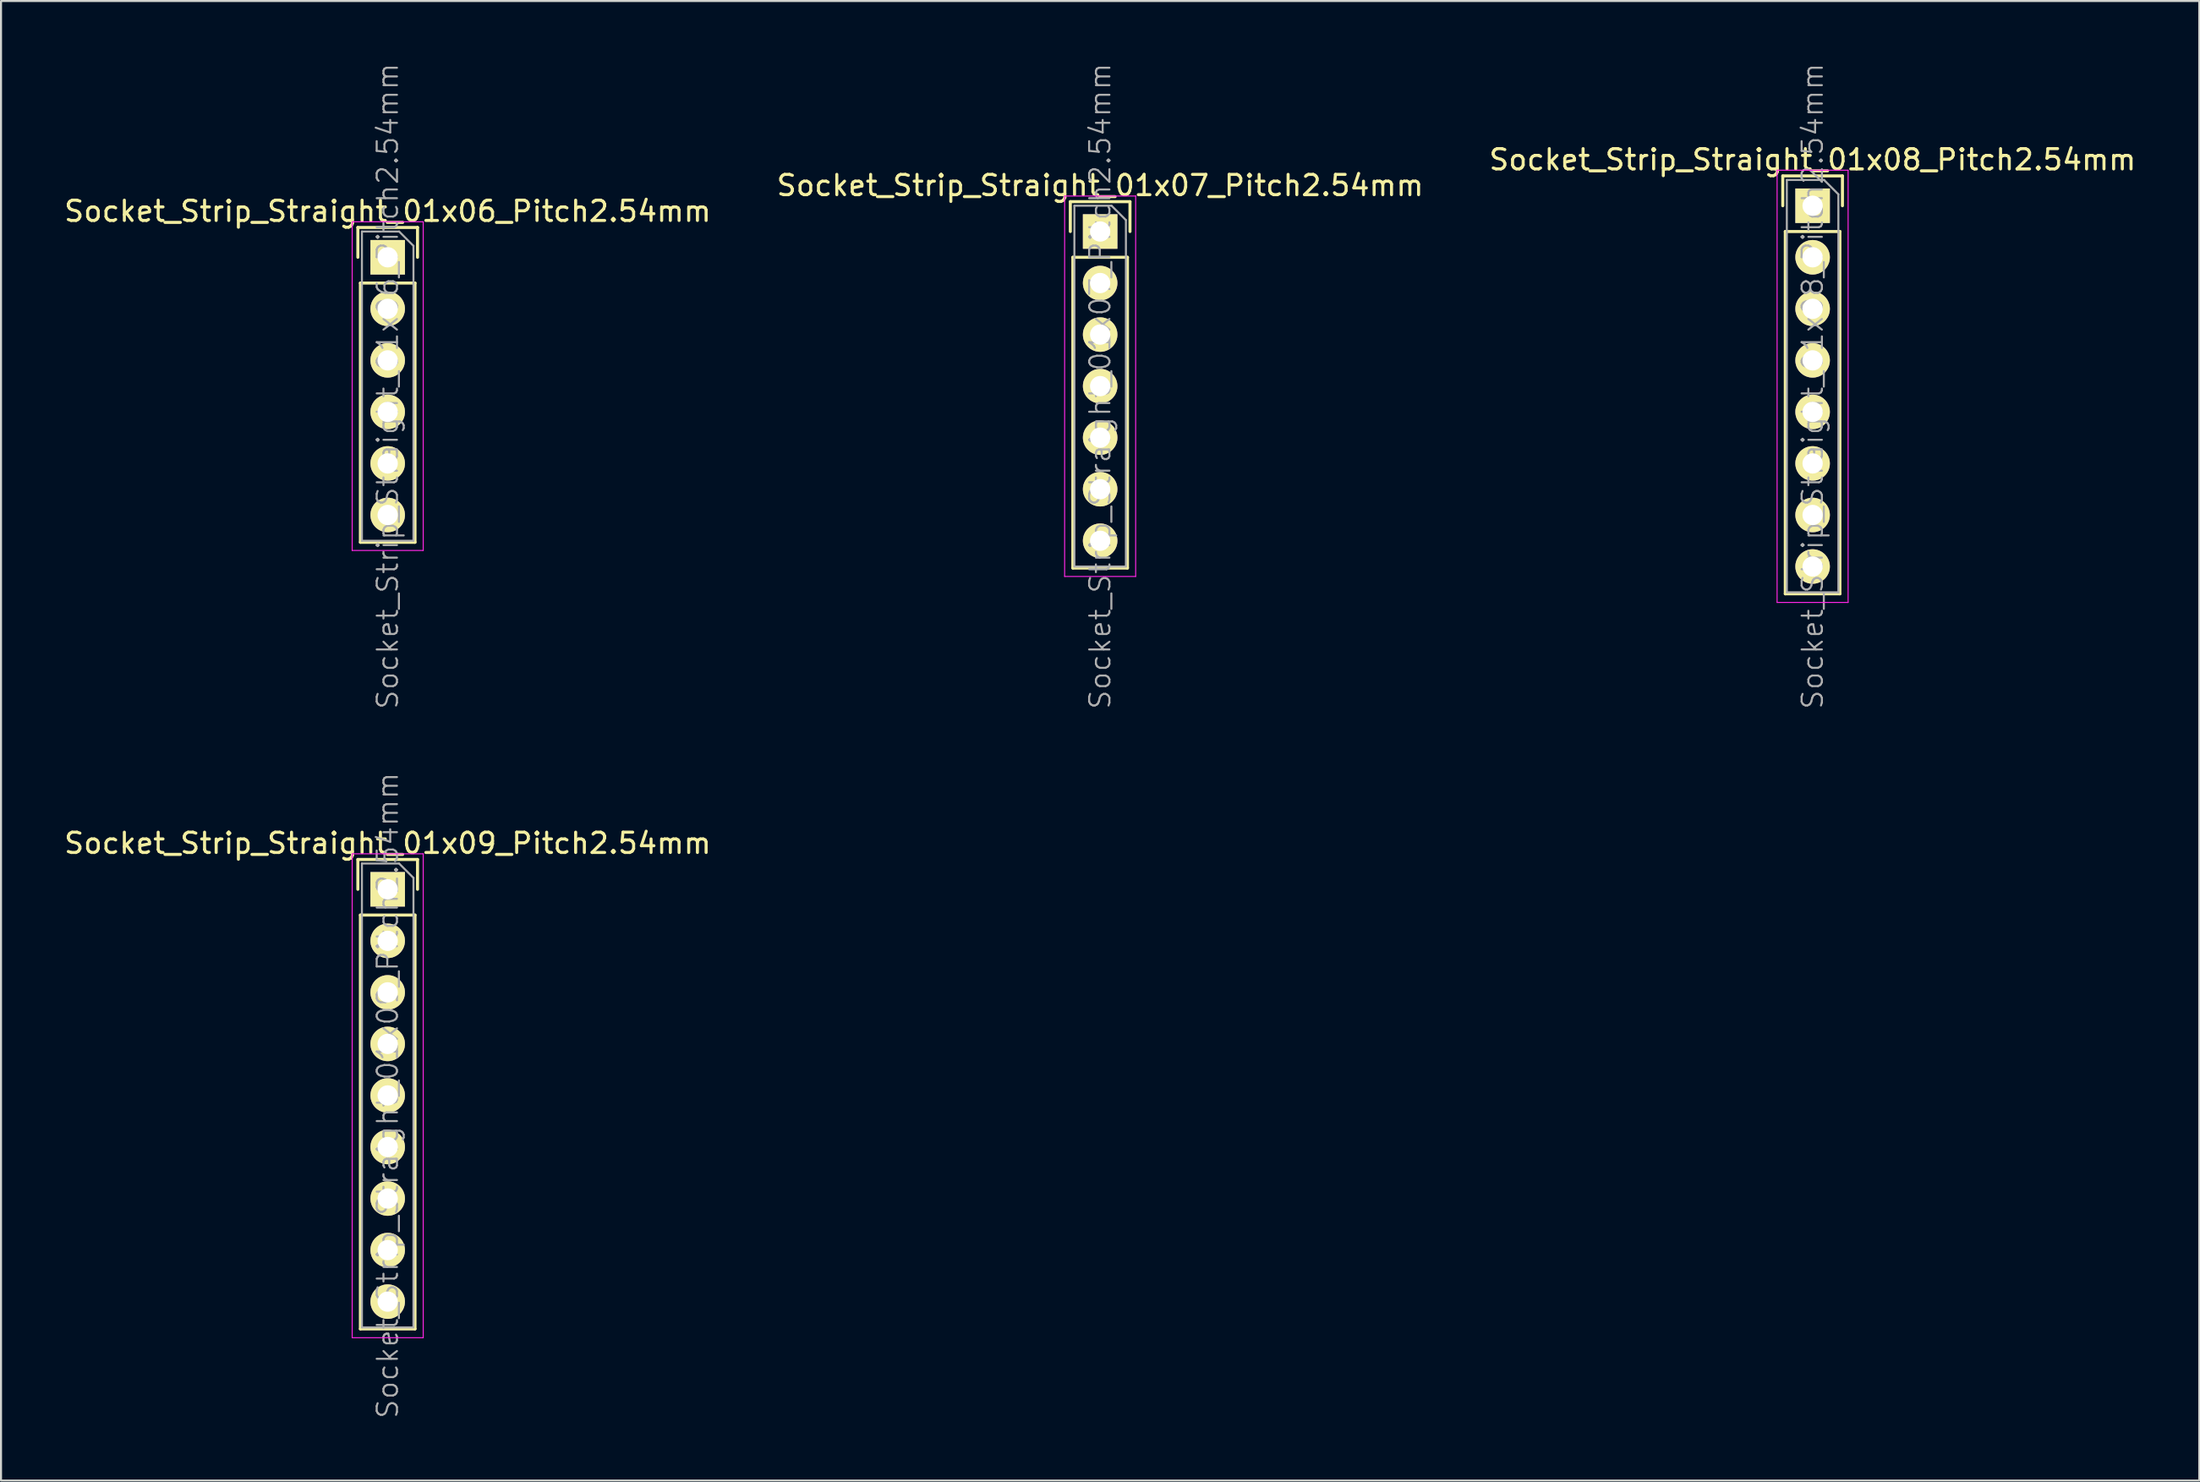
<source format=kicad_pcb>
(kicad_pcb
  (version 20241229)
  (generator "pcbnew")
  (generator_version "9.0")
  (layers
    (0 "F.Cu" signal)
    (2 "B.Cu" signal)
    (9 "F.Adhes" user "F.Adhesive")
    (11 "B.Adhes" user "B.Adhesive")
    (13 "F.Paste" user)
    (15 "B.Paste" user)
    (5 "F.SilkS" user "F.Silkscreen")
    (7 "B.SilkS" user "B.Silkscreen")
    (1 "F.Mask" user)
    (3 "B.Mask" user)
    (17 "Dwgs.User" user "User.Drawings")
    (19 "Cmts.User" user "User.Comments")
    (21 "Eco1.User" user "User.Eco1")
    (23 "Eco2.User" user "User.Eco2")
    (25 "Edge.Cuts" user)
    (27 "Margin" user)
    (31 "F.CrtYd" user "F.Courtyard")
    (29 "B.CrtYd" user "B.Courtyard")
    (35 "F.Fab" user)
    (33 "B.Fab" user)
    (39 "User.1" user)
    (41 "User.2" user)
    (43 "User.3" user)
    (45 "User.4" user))
  (footprint "Socket_Strip_Straight_01x07_Pitch2.54mm"
    (layer "F.Cu")
    (at 51.161 8.359)
    (property "Reference" "Socket_Strip_Straight_01x07_Pitch2.54mm" (at 0 -2.27 0) (layer "F.SilkS") (effects (font (size 1 1) (thickness 0.15))))
    (attr smd)
    (fp_line (start -1.47 -1.47) (end -1.47 0) (stroke (width 0.15) (type solid)) (layer "F.SilkS"))
    (fp_line (start -1.47 -1.47) (end 1.47 -1.47) (stroke (width 0.15) (type solid)) (layer "F.SilkS"))
    (fp_line (start -1.345 1.27) (end -1.345 16.585) (stroke (width 0.15) (type solid)) (layer "F.SilkS"))
    (fp_line (start -1.345 1.27) (end 1.345 1.27) (stroke (width 0.15) (type solid)) (layer "F.SilkS"))
    (fp_line (start -1.345 16.585) (end 1.345 16.585) (stroke (width 0.15) (type solid)) (layer "F.SilkS"))
    (fp_line (start 1.345 1.27) (end 1.345 16.585) (stroke (width 0.15) (type solid)) (layer "F.SilkS"))
    (fp_line (start 1.47 -1.47) (end 1.47 0) (stroke (width 0.15) (type solid)) (layer "F.SilkS"))
    (fp_line (start -1.75 -1.75) (end -1.75 17) (stroke (width 0.05) (type solid)) (layer "F.CrtYd"))
    (fp_line (start 1.75 -1.75) (end -1.75 -1.75) (stroke (width 0.05) (type solid)) (layer "F.CrtYd"))
    (fp_line (start 1.75 -1.75) (end 1.75 17) (stroke (width 0.05) (type solid)) (layer "F.CrtYd"))
    (fp_line (start 1.75 17) (end -1.75 17) (stroke (width 0.05) (type solid)) (layer "F.CrtYd"))
    (fp_line (start -1.27 -1.27) (end 0.563 -1.27) (stroke (width 0.1) (type solid)) (layer "F.Fab"))
    (fp_line (start -1.27 16.51) (end -1.27 -1.27) (stroke (width 0.1) (type solid)) (layer "F.Fab"))
    (fp_line (start -1.27 16.51) (end 1.27 16.51) (stroke (width 0.1) (type solid)) (layer "F.Fab"))
    (fp_line (start 1.27 -0.563) (end 0.563 -1.27) (stroke (width 0.1) (type solid)) (layer "F.Fab"))
    (fp_line (start 1.27 16.51) (end 1.27 -0.563) (stroke (width 0.1) (type solid)) (layer "F.Fab"))
    (fp_text user "${REFERENCE}" (at 0 7.62 90) (layer "F.Fab") (effects (font (size 1 1) (thickness 0.1))))
    (pad "1" thru_hole rect (at 0 0) (size 1.7 1.7) (drill 1) (layers "*.Cu" "*.Mask" "F.SilkS"))
    (pad "2" thru_hole oval (at 0 2.54) (size 1.7 1.7) (drill 1) (layers "*.Cu" "*.Mask" "F.SilkS"))
    (pad "3" thru_hole oval (at 0 5.08) (size 1.7 1.7) (drill 1) (layers "*.Cu" "*.Mask" "F.SilkS"))
    (pad "4" thru_hole oval (at 0 7.62) (size 1.7 1.7) (drill 1) (layers "*.Cu" "*.Mask" "F.SilkS"))
    (pad "5" thru_hole oval (at 0 10.16) (size 1.7 1.7) (drill 1) (layers "*.Cu" "*.Mask" "F.SilkS"))
    (pad "6" thru_hole oval (at 0 12.7) (size 1.7 1.7) (drill 1) (layers "*.Cu" "*.Mask" "F.SilkS"))
    (pad "7" thru_hole oval (at 0 15.24) (size 1.7 1.7) (drill 1) (layers "*.Cu" "*.Mask" "F.SilkS")))
  (footprint "Socket_Strip_Straight_01x06_Pitch2.54mm"
    (layer "F.Cu")
    (at 16.054 9.629)
    (property "Reference" "Socket_Strip_Straight_01x06_Pitch2.54mm" (at 0 -2.27 0) (layer "F.SilkS") (effects (font (size 1 1) (thickness 0.15))))
    (attr smd)
    (fp_line (start -1.47 -1.47) (end -1.47 0) (stroke (width 0.15) (type solid)) (layer "F.SilkS"))
    (fp_line (start -1.47 -1.47) (end 1.47 -1.47) (stroke (width 0.15) (type solid)) (layer "F.SilkS"))
    (fp_line (start -1.345 1.27) (end -1.345 14.045) (stroke (width 0.15) (type solid)) (layer "F.SilkS"))
    (fp_line (start -1.345 1.27) (end 1.345 1.27) (stroke (width 0.15) (type solid)) (layer "F.SilkS"))
    (fp_line (start -1.345 14.045) (end 1.345 14.045) (stroke (width 0.15) (type solid)) (layer "F.SilkS"))
    (fp_line (start 1.345 1.27) (end 1.345 14.045) (stroke (width 0.15) (type solid)) (layer "F.SilkS"))
    (fp_line (start 1.47 -1.47) (end 1.47 0) (stroke (width 0.15) (type solid)) (layer "F.SilkS"))
    (fp_line (start -1.75 -1.75) (end -1.75 14.45) (stroke (width 0.05) (type solid)) (layer "F.CrtYd"))
    (fp_line (start 1.75 -1.75) (end -1.75 -1.75) (stroke (width 0.05) (type solid)) (layer "F.CrtYd"))
    (fp_line (start 1.75 -1.75) (end 1.75 14.45) (stroke (width 0.05) (type solid)) (layer "F.CrtYd"))
    (fp_line (start 1.75 14.45) (end -1.75 14.45) (stroke (width 0.05) (type solid)) (layer "F.CrtYd"))
    (fp_line (start -1.27 -1.27) (end 0.563 -1.27) (stroke (width 0.1) (type solid)) (layer "F.Fab"))
    (fp_line (start -1.27 13.97) (end -1.27 -1.27) (stroke (width 0.1) (type solid)) (layer "F.Fab"))
    (fp_line (start -1.27 13.97) (end 1.27 13.97) (stroke (width 0.1) (type solid)) (layer "F.Fab"))
    (fp_line (start 1.27 -0.563) (end 0.563 -1.27) (stroke (width 0.1) (type solid)) (layer "F.Fab"))
    (fp_line (start 1.27 13.97) (end 1.27 -0.563) (stroke (width 0.1) (type solid)) (layer "F.Fab"))
    (fp_text user "${REFERENCE}" (at 0 6.35 90) (layer "F.Fab") (effects (font (size 1 1) (thickness 0.1))))
    (pad "1" thru_hole rect (at 0 0) (size 1.7 1.7) (drill 1) (layers "*.Cu" "*.Mask" "F.SilkS"))
    (pad "2" thru_hole oval (at 0 2.54) (size 1.7 1.7) (drill 1) (layers "*.Cu" "*.Mask" "F.SilkS"))
    (pad "3" thru_hole oval (at 0 5.08) (size 1.7 1.7) (drill 1) (layers "*.Cu" "*.Mask" "F.SilkS"))
    (pad "4" thru_hole oval (at 0 7.62) (size 1.7 1.7) (drill 1) (layers "*.Cu" "*.Mask" "F.SilkS"))
    (pad "5" thru_hole oval (at 0 10.16) (size 1.7 1.7) (drill 1) (layers "*.Cu" "*.Mask" "F.SilkS"))
    (pad "6" thru_hole oval (at 0 12.7) (size 1.7 1.7) (drill 1) (layers "*.Cu" "*.Mask" "F.SilkS")))
  (footprint "Socket_Strip_Straight_01x08_Pitch2.54mm"
    (layer "F.Cu")
    (at 86.268 7.089)
    (property "Reference" "Socket_Strip_Straight_01x08_Pitch2.54mm" (at 0 -2.27 0) (layer "F.SilkS") (effects (font (size 1 1) (thickness 0.15))))
    (attr smd)
    (fp_line (start -1.47 -1.47) (end -1.47 0) (stroke (width 0.15) (type solid)) (layer "F.SilkS"))
    (fp_line (start -1.47 -1.47) (end 1.47 -1.47) (stroke (width 0.15) (type solid)) (layer "F.SilkS"))
    (fp_line (start -1.345 1.27) (end -1.345 19.125) (stroke (width 0.15) (type solid)) (layer "F.SilkS"))
    (fp_line (start -1.345 1.27) (end 1.345 1.27) (stroke (width 0.15) (type solid)) (layer "F.SilkS"))
    (fp_line (start -1.345 19.125) (end 1.345 19.125) (stroke (width 0.15) (type solid)) (layer "F.SilkS"))
    (fp_line (start 1.345 1.27) (end 1.345 19.125) (stroke (width 0.15) (type solid)) (layer "F.SilkS"))
    (fp_line (start 1.47 -1.47) (end 1.47 0) (stroke (width 0.15) (type solid)) (layer "F.SilkS"))
    (fp_line (start -1.75 -1.75) (end -1.75 19.55) (stroke (width 0.05) (type solid)) (layer "F.CrtYd"))
    (fp_line (start 1.75 -1.75) (end -1.75 -1.75) (stroke (width 0.05) (type solid)) (layer "F.CrtYd"))
    (fp_line (start 1.75 -1.75) (end 1.75 19.55) (stroke (width 0.05) (type solid)) (layer "F.CrtYd"))
    (fp_line (start 1.75 19.55) (end -1.75 19.55) (stroke (width 0.05) (type solid)) (layer "F.CrtYd"))
    (fp_line (start -1.27 -1.27) (end 0.563 -1.27) (stroke (width 0.1) (type solid)) (layer "F.Fab"))
    (fp_line (start -1.27 19.05) (end -1.27 -1.27) (stroke (width 0.1) (type solid)) (layer "F.Fab"))
    (fp_line (start -1.27 19.05) (end 1.27 19.05) (stroke (width 0.1) (type solid)) (layer "F.Fab"))
    (fp_line (start 1.27 -0.563) (end 0.563 -1.27) (stroke (width 0.1) (type solid)) (layer "F.Fab"))
    (fp_line (start 1.27 19.05) (end 1.27 -0.563) (stroke (width 0.1) (type solid)) (layer "F.Fab"))
    (fp_text user "${REFERENCE}" (at 0 8.89 90) (layer "F.Fab") (effects (font (size 1 1) (thickness 0.1))))
    (pad "1" thru_hole rect (at 0 0) (size 1.7 1.7) (drill 1) (layers "*.Cu" "*.Mask" "F.SilkS"))
    (pad "2" thru_hole oval (at 0 2.54) (size 1.7 1.7) (drill 1) (layers "*.Cu" "*.Mask" "F.SilkS"))
    (pad "3" thru_hole oval (at 0 5.08) (size 1.7 1.7) (drill 1) (layers "*.Cu" "*.Mask" "F.SilkS"))
    (pad "4" thru_hole oval (at 0 7.62) (size 1.7 1.7) (drill 1) (layers "*.Cu" "*.Mask" "F.SilkS"))
    (pad "5" thru_hole oval (at 0 10.16) (size 1.7 1.7) (drill 1) (layers "*.Cu" "*.Mask" "F.SilkS"))
    (pad "6" thru_hole oval (at 0 12.7) (size 1.7 1.7) (drill 1) (layers "*.Cu" "*.Mask" "F.SilkS"))
    (pad "7" thru_hole oval (at 0 15.24) (size 1.7 1.7) (drill 1) (layers "*.Cu" "*.Mask" "F.SilkS"))
    (pad "8" thru_hole oval (at 0 17.78) (size 1.7 1.7) (drill 1) (layers "*.Cu" "*.Mask" "F.SilkS")))
  (footprint "Socket_Strip_Straight_01x09_Pitch2.54mm"
    (layer "F.Cu")
    (at 16.054 40.776)
    (property "Reference" "Socket_Strip_Straight_01x09_Pitch2.54mm" (at 0 -2.27 0) (layer "F.SilkS") (effects (font (size 1 1) (thickness 0.15))))
    (attr smd)
    (fp_line (start -1.47 -1.47) (end -1.47 0) (stroke (width 0.15) (type solid)) (layer "F.SilkS"))
    (fp_line (start -1.47 -1.47) (end 1.47 -1.47) (stroke (width 0.15) (type solid)) (layer "F.SilkS"))
    (fp_line (start -1.345 1.27) (end -1.345 21.665) (stroke (width 0.15) (type solid)) (layer "F.SilkS"))
    (fp_line (start -1.345 1.27) (end 1.345 1.27) (stroke (width 0.15) (type solid)) (layer "F.SilkS"))
    (fp_line (start -1.345 21.665) (end 1.345 21.665) (stroke (width 0.15) (type solid)) (layer "F.SilkS"))
    (fp_line (start 1.345 1.27) (end 1.345 21.665) (stroke (width 0.15) (type solid)) (layer "F.SilkS"))
    (fp_line (start 1.47 -1.47) (end 1.47 0) (stroke (width 0.15) (type solid)) (layer "F.SilkS"))
    (fp_line (start -1.75 -1.75) (end -1.75 22.1) (stroke (width 0.05) (type solid)) (layer "F.CrtYd"))
    (fp_line (start 1.75 -1.75) (end -1.75 -1.75) (stroke (width 0.05) (type solid)) (layer "F.CrtYd"))
    (fp_line (start 1.75 -1.75) (end 1.75 22.1) (stroke (width 0.05) (type solid)) (layer "F.CrtYd"))
    (fp_line (start 1.75 22.1) (end -1.75 22.1) (stroke (width 0.05) (type solid)) (layer "F.CrtYd"))
    (fp_line (start -1.27 -1.27) (end 0.563 -1.27) (stroke (width 0.1) (type solid)) (layer "F.Fab"))
    (fp_line (start -1.27 21.59) (end -1.27 -1.27) (stroke (width 0.1) (type solid)) (layer "F.Fab"))
    (fp_line (start -1.27 21.59) (end 1.27 21.59) (stroke (width 0.1) (type solid)) (layer "F.Fab"))
    (fp_line (start 1.27 -0.563) (end 0.563 -1.27) (stroke (width 0.1) (type solid)) (layer "F.Fab"))
    (fp_line (start 1.27 21.59) (end 1.27 -0.563) (stroke (width 0.1) (type solid)) (layer "F.Fab"))
    (fp_text user "${REFERENCE}" (at 0 10.16 90) (layer "F.Fab") (effects (font (size 1 1) (thickness 0.1))))
    (pad "1" thru_hole rect (at 0 0) (size 1.7 1.7) (drill 1) (layers "*.Cu" "*.Mask" "F.SilkS"))
    (pad "2" thru_hole oval (at 0 2.54) (size 1.7 1.7) (drill 1) (layers "*.Cu" "*.Mask" "F.SilkS"))
    (pad "3" thru_hole oval (at 0 5.08) (size 1.7 1.7) (drill 1) (layers "*.Cu" "*.Mask" "F.SilkS"))
    (pad "4" thru_hole oval (at 0 7.62) (size 1.7 1.7) (drill 1) (layers "*.Cu" "*.Mask" "F.SilkS"))
    (pad "5" thru_hole oval (at 0 10.16) (size 1.7 1.7) (drill 1) (layers "*.Cu" "*.Mask" "F.SilkS"))
    (pad "6" thru_hole oval (at 0 12.7) (size 1.7 1.7) (drill 1) (layers "*.Cu" "*.Mask" "F.SilkS"))
    (pad "7" thru_hole oval (at 0 15.24) (size 1.7 1.7) (drill 1) (layers "*.Cu" "*.Mask" "F.SilkS"))
    (pad "8" thru_hole oval (at 0 17.78) (size 1.7 1.7) (drill 1) (layers "*.Cu" "*.Mask" "F.SilkS"))
    (pad "9" thru_hole oval (at 0 20.32) (size 1.7 1.7) (drill 1) (layers "*.Cu" "*.Mask" "F.SilkS")))
  (gr_rect
    (start -3 -3)
    (end 105.321 69.914)
    (stroke (width 0.1) (type default))
    (fill no)
    (layer "Edge.Cuts")))
</source>
